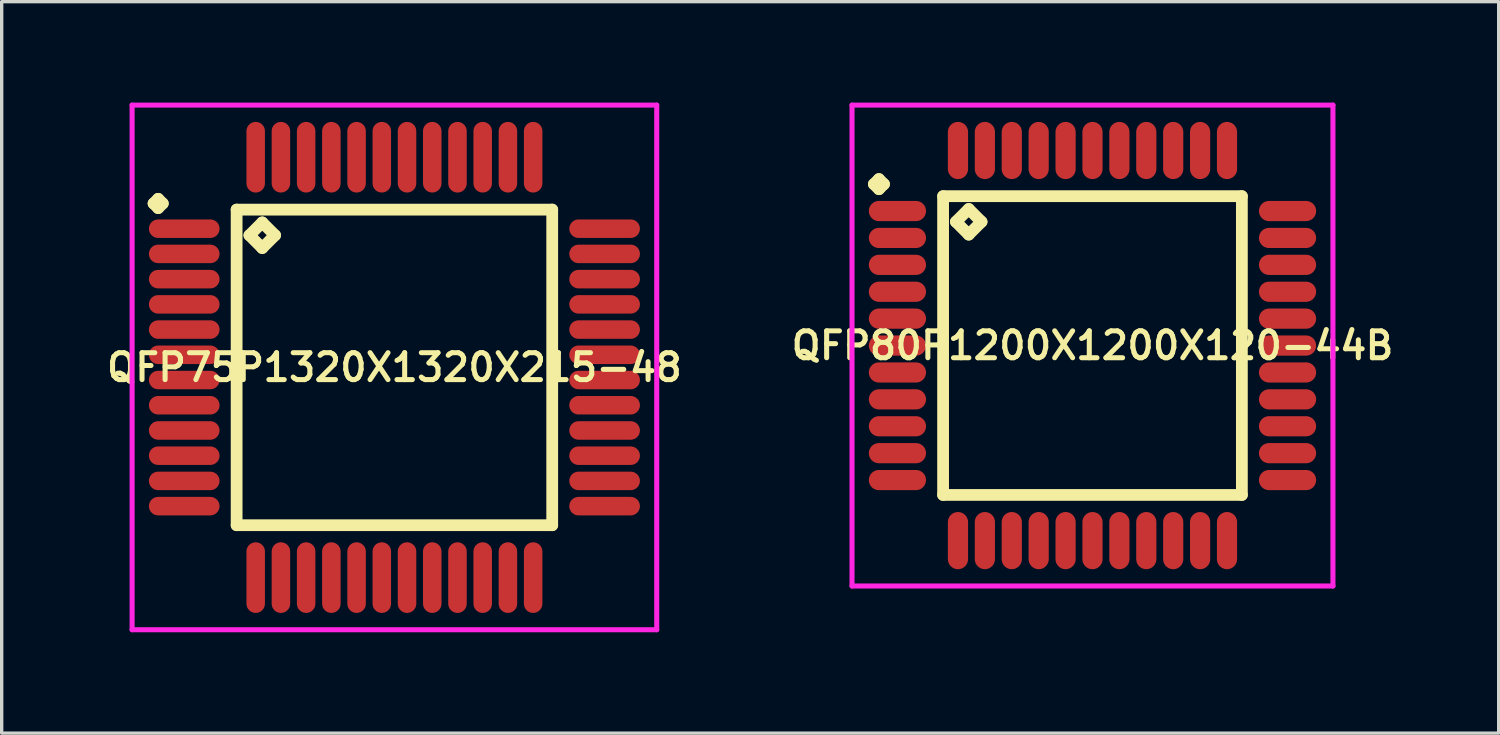
<source format=kicad_pcb>
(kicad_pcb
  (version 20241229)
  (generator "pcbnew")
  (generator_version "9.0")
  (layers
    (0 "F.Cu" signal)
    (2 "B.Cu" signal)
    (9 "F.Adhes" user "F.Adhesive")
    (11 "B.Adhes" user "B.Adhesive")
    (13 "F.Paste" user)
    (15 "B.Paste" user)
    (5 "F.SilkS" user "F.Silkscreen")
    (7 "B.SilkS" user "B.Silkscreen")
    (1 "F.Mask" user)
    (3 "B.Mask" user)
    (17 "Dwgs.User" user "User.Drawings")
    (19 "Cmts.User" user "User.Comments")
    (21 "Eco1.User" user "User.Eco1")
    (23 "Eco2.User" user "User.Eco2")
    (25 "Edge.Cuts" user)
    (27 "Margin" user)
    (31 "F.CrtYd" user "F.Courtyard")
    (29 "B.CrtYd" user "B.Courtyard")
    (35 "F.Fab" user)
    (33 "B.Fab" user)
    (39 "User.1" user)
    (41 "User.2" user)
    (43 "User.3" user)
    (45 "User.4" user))
  (footprint "QFP75P1320X1320X215-48"
    (layer "F.Cu")
    (at 8.678 7.875)
    (property "Reference" "QFP75P1320X1320X215-48" (at 0 0 0) (layer "F.SilkS") (effects (font (size 0.8 0.8) (thickness 0.15))))
    (attr smd)
    (fp_line (start -7.162 -4.875) (end -7.025 -5.013) (stroke (width 0.35) (type solid)) (layer "F.SilkS"))
    (fp_line (start -7.025 -5.013) (end -6.888 -4.875) (stroke (width 0.35) (type solid)) (layer "F.SilkS"))
    (fp_line (start -7.025 -4.737) (end -7.162 -4.875) (stroke (width 0.35) (type solid)) (layer "F.SilkS"))
    (fp_line (start -6.888 -4.875) (end -7.025 -4.737) (stroke (width 0.35) (type solid)) (layer "F.SilkS"))
    (fp_line (start -4.692 -4.692) (end -4.692 4.692) (stroke (width 0.35) (type solid)) (layer "F.SilkS"))
    (fp_line (start -4.692 4.692) (end 4.692 4.692) (stroke (width 0.35) (type solid)) (layer "F.SilkS"))
    (fp_line (start -4.311 -3.93) (end -3.93 -4.311) (stroke (width 0.35) (type solid)) (layer "F.SilkS"))
    (fp_line (start -3.93 -4.311) (end -3.549 -3.93) (stroke (width 0.35) (type solid)) (layer "F.SilkS"))
    (fp_line (start -3.93 -3.549) (end -4.311 -3.93) (stroke (width 0.35) (type solid)) (layer "F.SilkS"))
    (fp_line (start -3.549 -3.93) (end -3.93 -3.549) (stroke (width 0.35) (type solid)) (layer "F.SilkS"))
    (fp_line (start 4.692 -4.692) (end -4.692 -4.692) (stroke (width 0.35) (type solid)) (layer "F.SilkS"))
    (fp_line (start 4.692 4.692) (end 4.692 -4.692) (stroke (width 0.35) (type solid)) (layer "F.SilkS"))
    (fp_line (start -7.8 -7.8) (end 7.8 -7.8) (stroke (width 0.15) (type solid)) (layer "F.CrtYd"))
    (fp_line (start -7.8 7.8) (end -7.8 -7.8) (stroke (width 0.15) (type solid)) (layer "F.CrtYd"))
    (fp_line (start 7.8 -7.8) (end 7.8 7.8) (stroke (width 0.15) (type solid)) (layer "F.CrtYd"))
    (fp_line (start 7.8 7.8) (end -7.8 7.8) (stroke (width 0.15) (type solid)) (layer "F.CrtYd"))
    (pad "1" smd oval (at -6.25 -4.125) (size 2.1 0.55) (layers "F.Cu" "F.Mask" "F.Paste"))
    (pad "2" smd oval (at -6.25 -3.375) (size 2.1 0.55) (layers "F.Cu" "F.Mask" "F.Paste"))
    (pad "3" smd oval (at -6.25 -2.625) (size 2.1 0.55) (layers "F.Cu" "F.Mask" "F.Paste"))
    (pad "4" smd oval (at -6.25 -1.875) (size 2.1 0.55) (layers "F.Cu" "F.Mask" "F.Paste"))
    (pad "5" smd oval (at -6.25 -1.125) (size 2.1 0.55) (layers "F.Cu" "F.Mask" "F.Paste"))
    (pad "6" smd oval (at -6.25 -0.375) (size 2.1 0.55) (layers "F.Cu" "F.Mask" "F.Paste"))
    (pad "7" smd oval (at -6.25 0.375) (size 2.1 0.55) (layers "F.Cu" "F.Mask" "F.Paste"))
    (pad "8" smd oval (at -6.25 1.125) (size 2.1 0.55) (layers "F.Cu" "F.Mask" "F.Paste"))
    (pad "9" smd oval (at -6.25 1.875) (size 2.1 0.55) (layers "F.Cu" "F.Mask" "F.Paste"))
    (pad "10" smd oval (at -6.25 2.625) (size 2.1 0.55) (layers "F.Cu" "F.Mask" "F.Paste"))
    (pad "11" smd oval (at -6.25 3.375) (size 2.1 0.55) (layers "F.Cu" "F.Mask" "F.Paste"))
    (pad "12" smd oval (at -6.25 4.125) (size 2.1 0.55) (layers "F.Cu" "F.Mask" "F.Paste"))
    (pad "13" smd oval (at -4.125 6.25) (size 0.55 2.1) (layers "F.Cu" "F.Mask" "F.Paste"))
    (pad "14" smd oval (at -3.375 6.25) (size 0.55 2.1) (layers "F.Cu" "F.Mask" "F.Paste"))
    (pad "15" smd oval (at -2.625 6.25) (size 0.55 2.1) (layers "F.Cu" "F.Mask" "F.Paste"))
    (pad "16" smd oval (at -1.875 6.25) (size 0.55 2.1) (layers "F.Cu" "F.Mask" "F.Paste"))
    (pad "17" smd oval (at -1.125 6.25) (size 0.55 2.1) (layers "F.Cu" "F.Mask" "F.Paste"))
    (pad "18" smd oval (at -0.375 6.25) (size 0.55 2.1) (layers "F.Cu" "F.Mask" "F.Paste"))
    (pad "19" smd oval (at 0.375 6.25) (size 0.55 2.1) (layers "F.Cu" "F.Mask" "F.Paste"))
    (pad "20" smd oval (at 1.125 6.25) (size 0.55 2.1) (layers "F.Cu" "F.Mask" "F.Paste"))
    (pad "21" smd oval (at 1.875 6.25) (size 0.55 2.1) (layers "F.Cu" "F.Mask" "F.Paste"))
    (pad "22" smd oval (at 2.625 6.25) (size 0.55 2.1) (layers "F.Cu" "F.Mask" "F.Paste"))
    (pad "23" smd oval (at 3.375 6.25) (size 0.55 2.1) (layers "F.Cu" "F.Mask" "F.Paste"))
    (pad "24" smd oval (at 4.125 6.25) (size 0.55 2.1) (layers "F.Cu" "F.Mask" "F.Paste"))
    (pad "25" smd oval (at 6.25 4.125) (size 2.1 0.55) (layers "F.Cu" "F.Mask" "F.Paste"))
    (pad "26" smd oval (at 6.25 3.375) (size 2.1 0.55) (layers "F.Cu" "F.Mask" "F.Paste"))
    (pad "27" smd oval (at 6.25 2.625) (size 2.1 0.55) (layers "F.Cu" "F.Mask" "F.Paste"))
    (pad "28" smd oval (at 6.25 1.875) (size 2.1 0.55) (layers "F.Cu" "F.Mask" "F.Paste"))
    (pad "29" smd oval (at 6.25 1.125) (size 2.1 0.55) (layers "F.Cu" "F.Mask" "F.Paste"))
    (pad "30" smd oval (at 6.25 0.375) (size 2.1 0.55) (layers "F.Cu" "F.Mask" "F.Paste"))
    (pad "31" smd oval (at 6.25 -0.375) (size 2.1 0.55) (layers "F.Cu" "F.Mask" "F.Paste"))
    (pad "32" smd oval (at 6.25 -1.125) (size 2.1 0.55) (layers "F.Cu" "F.Mask" "F.Paste"))
    (pad "33" smd oval (at 6.25 -1.875) (size 2.1 0.55) (layers "F.Cu" "F.Mask" "F.Paste"))
    (pad "34" smd oval (at 6.25 -2.625) (size 2.1 0.55) (layers "F.Cu" "F.Mask" "F.Paste"))
    (pad "35" smd oval (at 6.25 -3.375) (size 2.1 0.55) (layers "F.Cu" "F.Mask" "F.Paste"))
    (pad "36" smd oval (at 6.25 -4.125) (size 2.1 0.55) (layers "F.Cu" "F.Mask" "F.Paste"))
    (pad "37" smd oval (at 4.125 -6.25) (size 0.55 2.1) (layers "F.Cu" "F.Mask" "F.Paste"))
    (pad "38" smd oval (at 3.375 -6.25) (size 0.55 2.1) (layers "F.Cu" "F.Mask" "F.Paste"))
    (pad "39" smd oval (at 2.625 -6.25) (size 0.55 2.1) (layers "F.Cu" "F.Mask" "F.Paste"))
    (pad "40" smd oval (at 1.875 -6.25) (size 0.55 2.1) (layers "F.Cu" "F.Mask" "F.Paste"))
    (pad "41" smd oval (at 1.125 -6.25) (size 0.55 2.1) (layers "F.Cu" "F.Mask" "F.Paste"))
    (pad "42" smd oval (at 0.375 -6.25) (size 0.55 2.1) (layers "F.Cu" "F.Mask" "F.Paste"))
    (pad "43" smd oval (at -0.375 -6.25) (size 0.55 2.1) (layers "F.Cu" "F.Mask" "F.Paste"))
    (pad "44" smd oval (at -1.125 -6.25) (size 0.55 2.1) (layers "F.Cu" "F.Mask" "F.Paste"))
    (pad "45" smd oval (at -1.875 -6.25) (size 0.55 2.1) (layers "F.Cu" "F.Mask" "F.Paste"))
    (pad "46" smd oval (at -2.625 -6.25) (size 0.55 2.1) (layers "F.Cu" "F.Mask" "F.Paste"))
    (pad "47" smd oval (at -3.375 -6.25) (size 0.55 2.1) (layers "F.Cu" "F.Mask" "F.Paste"))
    (pad "48" smd oval (at -4.125 -6.25) (size 0.55 2.1) (layers "F.Cu" "F.Mask" "F.Paste")))
  (footprint "QFP80P1200X1200X120-44B"
    (layer "F.Cu")
    (at 29.435 7.225)
    (property "Reference" "QFP80P1200X1200X120-44B" (at 0 0 0) (layer "F.SilkS") (effects (font (size 0.8 0.8) (thickness 0.15))))
    (attr smd)
    (fp_line (start -6.5 -4.8) (end -6.35 -4.95) (stroke (width 0.35) (type solid)) (layer "F.SilkS"))
    (fp_line (start -6.35 -4.95) (end -6.2 -4.8) (stroke (width 0.35) (type solid)) (layer "F.SilkS"))
    (fp_line (start -6.35 -4.65) (end -6.5 -4.8) (stroke (width 0.35) (type solid)) (layer "F.SilkS"))
    (fp_line (start -6.2 -4.8) (end -6.35 -4.65) (stroke (width 0.35) (type solid)) (layer "F.SilkS"))
    (fp_line (start -4.442 -4.442) (end -4.442 4.442) (stroke (width 0.35) (type solid)) (layer "F.SilkS"))
    (fp_line (start -4.442 4.442) (end 4.442 4.442) (stroke (width 0.35) (type solid)) (layer "F.SilkS"))
    (fp_line (start -4.061 -3.68) (end -3.68 -4.061) (stroke (width 0.35) (type solid)) (layer "F.SilkS"))
    (fp_line (start -3.68 -4.061) (end -3.299 -3.68) (stroke (width 0.35) (type solid)) (layer "F.SilkS"))
    (fp_line (start -3.68 -3.299) (end -4.061 -3.68) (stroke (width 0.35) (type solid)) (layer "F.SilkS"))
    (fp_line (start -3.299 -3.68) (end -3.68 -3.299) (stroke (width 0.35) (type solid)) (layer "F.SilkS"))
    (fp_line (start 4.442 -4.442) (end -4.442 -4.442) (stroke (width 0.35) (type solid)) (layer "F.SilkS"))
    (fp_line (start 4.442 4.442) (end 4.442 -4.442) (stroke (width 0.35) (type solid)) (layer "F.SilkS"))
    (fp_line (start -7.15 -7.15) (end 7.15 -7.15) (stroke (width 0.15) (type solid)) (layer "F.CrtYd"))
    (fp_line (start -7.15 7.15) (end -7.15 -7.15) (stroke (width 0.15) (type solid)) (layer "F.CrtYd"))
    (fp_line (start 7.15 -7.15) (end 7.15 7.15) (stroke (width 0.15) (type solid)) (layer "F.CrtYd"))
    (fp_line (start 7.15 7.15) (end -7.15 7.15) (stroke (width 0.15) (type solid)) (layer "F.CrtYd"))
    (pad "1" smd oval (at -5.8 -4) (size 1.7 0.6) (layers "F.Cu" "F.Mask" "F.Paste"))
    (pad "2" smd oval (at -5.8 -3.2) (size 1.7 0.6) (layers "F.Cu" "F.Mask" "F.Paste"))
    (pad "3" smd oval (at -5.8 -2.4) (size 1.7 0.6) (layers "F.Cu" "F.Mask" "F.Paste"))
    (pad "4" smd oval (at -5.8 -1.6) (size 1.7 0.6) (layers "F.Cu" "F.Mask" "F.Paste"))
    (pad "5" smd oval (at -5.8 -0.8) (size 1.7 0.6) (layers "F.Cu" "F.Mask" "F.Paste"))
    (pad "6" smd oval (at -5.8 0) (size 1.7 0.6) (layers "F.Cu" "F.Mask" "F.Paste"))
    (pad "7" smd oval (at -5.8 0.8) (size 1.7 0.6) (layers "F.Cu" "F.Mask" "F.Paste"))
    (pad "8" smd oval (at -5.8 1.6) (size 1.7 0.6) (layers "F.Cu" "F.Mask" "F.Paste"))
    (pad "9" smd oval (at -5.8 2.4) (size 1.7 0.6) (layers "F.Cu" "F.Mask" "F.Paste"))
    (pad "10" smd oval (at -5.8 3.2) (size 1.7 0.6) (layers "F.Cu" "F.Mask" "F.Paste"))
    (pad "11" smd oval (at -5.8 4) (size 1.7 0.6) (layers "F.Cu" "F.Mask" "F.Paste"))
    (pad "12" smd oval (at -4 5.8) (size 0.6 1.7) (layers "F.Cu" "F.Mask" "F.Paste"))
    (pad "13" smd oval (at -3.2 5.8) (size 0.6 1.7) (layers "F.Cu" "F.Mask" "F.Paste"))
    (pad "14" smd oval (at -2.4 5.8) (size 0.6 1.7) (layers "F.Cu" "F.Mask" "F.Paste"))
    (pad "15" smd oval (at -1.6 5.8) (size 0.6 1.7) (layers "F.Cu" "F.Mask" "F.Paste"))
    (pad "16" smd oval (at -0.8 5.8) (size 0.6 1.7) (layers "F.Cu" "F.Mask" "F.Paste"))
    (pad "17" smd oval (at 0 5.8) (size 0.6 1.7) (layers "F.Cu" "F.Mask" "F.Paste"))
    (pad "18" smd oval (at 0.8 5.8) (size 0.6 1.7) (layers "F.Cu" "F.Mask" "F.Paste"))
    (pad "19" smd oval (at 1.6 5.8) (size 0.6 1.7) (layers "F.Cu" "F.Mask" "F.Paste"))
    (pad "20" smd oval (at 2.4 5.8) (size 0.6 1.7) (layers "F.Cu" "F.Mask" "F.Paste"))
    (pad "21" smd oval (at 3.2 5.8) (size 0.6 1.7) (layers "F.Cu" "F.Mask" "F.Paste"))
    (pad "22" smd oval (at 4 5.8) (size 0.6 1.7) (layers "F.Cu" "F.Mask" "F.Paste"))
    (pad "23" smd oval (at 5.8 4) (size 1.7 0.6) (layers "F.Cu" "F.Mask" "F.Paste"))
    (pad "24" smd oval (at 5.8 3.2) (size 1.7 0.6) (layers "F.Cu" "F.Mask" "F.Paste"))
    (pad "25" smd oval (at 5.8 2.4) (size 1.7 0.6) (layers "F.Cu" "F.Mask" "F.Paste"))
    (pad "26" smd oval (at 5.8 1.6) (size 1.7 0.6) (layers "F.Cu" "F.Mask" "F.Paste"))
    (pad "27" smd oval (at 5.8 0.8) (size 1.7 0.6) (layers "F.Cu" "F.Mask" "F.Paste"))
    (pad "28" smd oval (at 5.8 0) (size 1.7 0.6) (layers "F.Cu" "F.Mask" "F.Paste"))
    (pad "29" smd oval (at 5.8 -0.8) (size 1.7 0.6) (layers "F.Cu" "F.Mask" "F.Paste"))
    (pad "30" smd oval (at 5.8 -1.6) (size 1.7 0.6) (layers "F.Cu" "F.Mask" "F.Paste"))
    (pad "31" smd oval (at 5.8 -2.4) (size 1.7 0.6) (layers "F.Cu" "F.Mask" "F.Paste"))
    (pad "32" smd oval (at 5.8 -3.2) (size 1.7 0.6) (layers "F.Cu" "F.Mask" "F.Paste"))
    (pad "33" smd oval (at 5.8 -4) (size 1.7 0.6) (layers "F.Cu" "F.Mask" "F.Paste"))
    (pad "34" smd oval (at 4 -5.8) (size 0.6 1.7) (layers "F.Cu" "F.Mask" "F.Paste"))
    (pad "35" smd oval (at 3.2 -5.8) (size 0.6 1.7) (layers "F.Cu" "F.Mask" "F.Paste"))
    (pad "36" smd oval (at 2.4 -5.8) (size 0.6 1.7) (layers "F.Cu" "F.Mask" "F.Paste"))
    (pad "37" smd oval (at 1.6 -5.8) (size 0.6 1.7) (layers "F.Cu" "F.Mask" "F.Paste"))
    (pad "38" smd oval (at 0.8 -5.8) (size 0.6 1.7) (layers "F.Cu" "F.Mask" "F.Paste"))
    (pad "39" smd oval (at 0 -5.8) (size 0.6 1.7) (layers "F.Cu" "F.Mask" "F.Paste"))
    (pad "40" smd oval (at -0.8 -5.8) (size 0.6 1.7) (layers "F.Cu" "F.Mask" "F.Paste"))
    (pad "41" smd oval (at -1.6 -5.8) (size 0.6 1.7) (layers "F.Cu" "F.Mask" "F.Paste"))
    (pad "42" smd oval (at -2.4 -5.8) (size 0.6 1.7) (layers "F.Cu" "F.Mask" "F.Paste"))
    (pad "43" smd oval (at -3.2 -5.8) (size 0.6 1.7) (layers "F.Cu" "F.Mask" "F.Paste"))
    (pad "44" smd oval (at -4 -5.8) (size 0.6 1.7) (layers "F.Cu" "F.Mask" "F.Paste")))
  (gr_rect
    (start -3 -3)
    (end 41.513 18.75)
    (stroke (width 0.1) (type default))
    (fill no)
    (layer "Edge.Cuts")))
</source>
